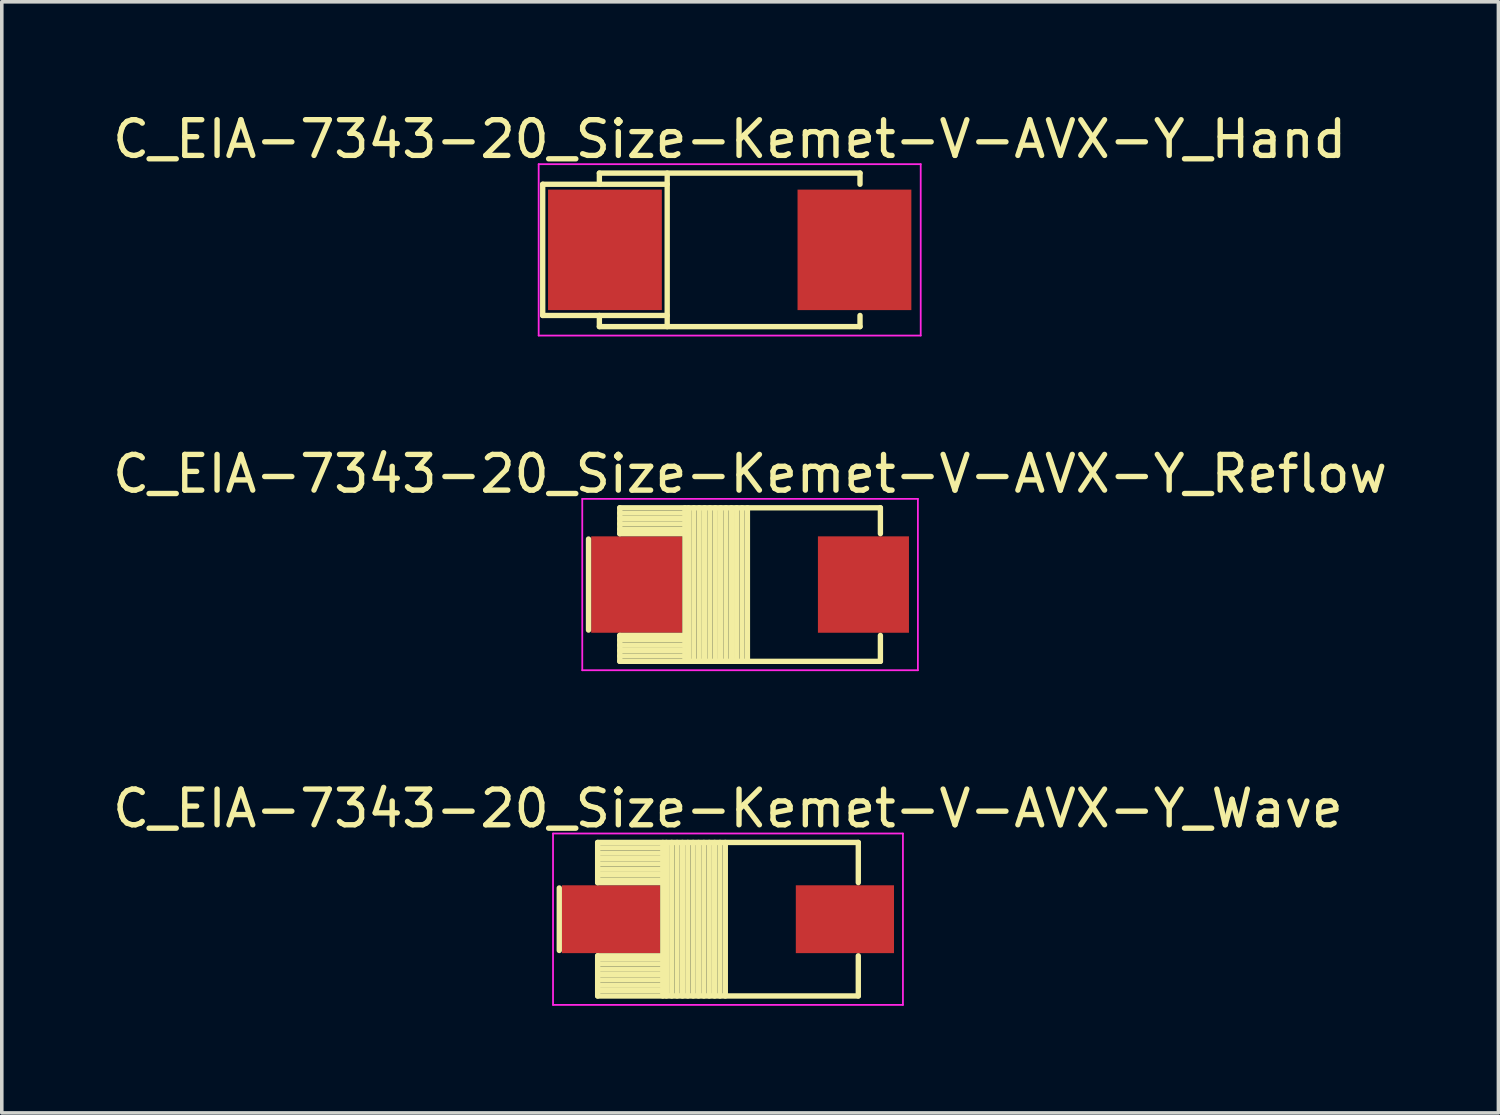
<source format=kicad_pcb>
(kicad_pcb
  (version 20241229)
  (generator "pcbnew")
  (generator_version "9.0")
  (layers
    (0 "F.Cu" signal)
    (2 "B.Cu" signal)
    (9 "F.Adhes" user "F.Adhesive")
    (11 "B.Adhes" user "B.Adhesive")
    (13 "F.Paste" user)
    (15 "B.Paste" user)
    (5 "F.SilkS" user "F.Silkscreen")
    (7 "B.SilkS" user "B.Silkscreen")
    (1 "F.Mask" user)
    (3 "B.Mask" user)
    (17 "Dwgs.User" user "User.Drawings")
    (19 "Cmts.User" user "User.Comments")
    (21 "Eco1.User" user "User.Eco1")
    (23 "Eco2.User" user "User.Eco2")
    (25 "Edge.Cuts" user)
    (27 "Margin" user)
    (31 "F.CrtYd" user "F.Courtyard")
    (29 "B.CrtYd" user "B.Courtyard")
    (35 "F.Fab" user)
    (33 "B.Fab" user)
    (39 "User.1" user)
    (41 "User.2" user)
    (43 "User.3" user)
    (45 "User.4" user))
  (footprint "C_EIA-7343-20_Size-Kemet-V-AVX-Y_Wave"
    (layer "F.Cu")
    (at 17.339 22.695)
    (property "Reference" "C_EIA-7343-20_Size-Kemet-V-AVX-Y_Wave" (at 0 -3.1 0) (layer "F.SilkS") (effects (font (size 1 1) (thickness 0.15))))
    (attr smd)
    (fp_line (start -4.725 0.875) (end -4.725 -0.875) (stroke (width 0.15) (type solid)) (layer "F.SilkS"))
    (fp_line (start -3.65 -2.15) (end -3.65 -1.025) (stroke (width 0.15) (type solid)) (layer "F.SilkS"))
    (fp_line (start -3.65 -2.15) (end 3.65 -2.15) (stroke (width 0.15) (type solid)) (layer "F.SilkS"))
    (fp_line (start -3.65 -2) (end -1.9 -2) (stroke (width 0.15) (type solid)) (layer "F.SilkS"))
    (fp_line (start -3.65 -1.85) (end -1.9 -1.85) (stroke (width 0.15) (type solid)) (layer "F.SilkS"))
    (fp_line (start -3.65 -1.7) (end -1.9 -1.7) (stroke (width 0.15) (type solid)) (layer "F.SilkS"))
    (fp_line (start -3.65 -1.55) (end -1.9 -1.55) (stroke (width 0.15) (type solid)) (layer "F.SilkS"))
    (fp_line (start -3.65 -1.4) (end -1.9 -1.4) (stroke (width 0.15) (type solid)) (layer "F.SilkS"))
    (fp_line (start -3.65 -1.25) (end -1.9 -1.25) (stroke (width 0.15) (type solid)) (layer "F.SilkS"))
    (fp_line (start -3.65 -1.1) (end -1.9 -1.1) (stroke (width 0.15) (type solid)) (layer "F.SilkS"))
    (fp_line (start -3.65 -1.025) (end -1.9 -1.025) (stroke (width 0.15) (type solid)) (layer "F.SilkS"))
    (fp_line (start -3.65 1.025) (end -3.65 2.15) (stroke (width 0.15) (type solid)) (layer "F.SilkS"))
    (fp_line (start -3.65 1.025) (end -1.9 1.025) (stroke (width 0.15) (type solid)) (layer "F.SilkS"))
    (fp_line (start -3.65 1.1) (end -1.9 1.1) (stroke (width 0.15) (type solid)) (layer "F.SilkS"))
    (fp_line (start -3.65 1.25) (end -1.9 1.25) (stroke (width 0.15) (type solid)) (layer "F.SilkS"))
    (fp_line (start -3.65 1.4) (end -1.9 1.4) (stroke (width 0.15) (type solid)) (layer "F.SilkS"))
    (fp_line (start -3.65 1.55) (end -1.9 1.55) (stroke (width 0.15) (type solid)) (layer "F.SilkS"))
    (fp_line (start -3.65 1.7) (end -1.9 1.7) (stroke (width 0.15) (type solid)) (layer "F.SilkS"))
    (fp_line (start -3.65 1.85) (end -1.9 1.85) (stroke (width 0.15) (type solid)) (layer "F.SilkS"))
    (fp_line (start -3.65 2) (end -1.9 2) (stroke (width 0.15) (type solid)) (layer "F.SilkS"))
    (fp_line (start -3.65 2.15) (end 3.65 2.15) (stroke (width 0.15) (type solid)) (layer "F.SilkS"))
    (fp_line (start -1.825 -2.15) (end -1.825 2.15) (stroke (width 0.15) (type solid)) (layer "F.SilkS"))
    (fp_line (start -1.725 -2.15) (end -1.725 2.15) (stroke (width 0.15) (type solid)) (layer "F.SilkS"))
    (fp_line (start -1.575 -2.15) (end -1.575 2.15) (stroke (width 0.15) (type solid)) (layer "F.SilkS"))
    (fp_line (start -1.425 -2.15) (end -1.425 2.15) (stroke (width 0.15) (type solid)) (layer "F.SilkS"))
    (fp_line (start -1.275 -2.15) (end -1.275 2.15) (stroke (width 0.15) (type solid)) (layer "F.SilkS"))
    (fp_line (start -1.125 -2.15) (end -1.125 2.15) (stroke (width 0.15) (type solid)) (layer "F.SilkS"))
    (fp_line (start -0.975 -2.15) (end -0.975 2.15) (stroke (width 0.15) (type solid)) (layer "F.SilkS"))
    (fp_line (start -0.825 -2.15) (end -0.825 2.15) (stroke (width 0.15) (type solid)) (layer "F.SilkS"))
    (fp_line (start -0.675 -2.15) (end -0.675 2.15) (stroke (width 0.15) (type solid)) (layer "F.SilkS"))
    (fp_line (start -0.525 -2.15) (end -0.525 2.15) (stroke (width 0.15) (type solid)) (layer "F.SilkS"))
    (fp_line (start -0.375 -2.15) (end -0.375 2.15) (stroke (width 0.15) (type solid)) (layer "F.SilkS"))
    (fp_line (start -0.225 -2.15) (end -0.225 2.15) (stroke (width 0.15) (type solid)) (layer "F.SilkS"))
    (fp_line (start -0.075 -2.15) (end -0.075 2.15) (stroke (width 0.15) (type solid)) (layer "F.SilkS"))
    (fp_line (start 3.65 -2.15) (end 3.65 -1.025) (stroke (width 0.15) (type solid)) (layer "F.SilkS"))
    (fp_line (start 3.65 1.025) (end 3.65 2.15) (stroke (width 0.15) (type solid)) (layer "F.SilkS"))
    (fp_line (start -4.9 -2.4) (end -4.9 2.4) (stroke (width 0.05) (type solid)) (layer "F.CrtYd"))
    (fp_line (start -4.9 -2.4) (end 4.9 -2.4) (stroke (width 0.05) (type solid)) (layer "F.CrtYd"))
    (fp_line (start -4.9 2.4) (end 4.9 2.4) (stroke (width 0.05) (type solid)) (layer "F.CrtYd"))
    (fp_line (start 4.9 -2.4) (end 4.9 2.4) (stroke (width 0.05) (type solid)) (layer "F.CrtYd"))
    (pad "1" smd rect (at -3.275 0) (size 2.75 1.9) (layers "F.Cu" "F.Mask" "F.Paste"))
    (pad "2" smd rect (at 3.275 0) (size 2.75 1.9) (layers "F.Cu" "F.Mask" "F.Paste")))
  (footprint "C_EIA-7343-20_Size-Kemet-V-AVX-Y_Reflow"
    (layer "F.Cu")
    (at 17.958 13.322)
    (property "Reference" "C_EIA-7343-20_Size-Kemet-V-AVX-Y_Reflow" (at 0 -3.1 0) (layer "F.SilkS") (effects (font (size 1 1) (thickness 0.15))))
    (attr smd)
    (fp_line (start -4.525 1.275) (end -4.525 -1.275) (stroke (width 0.15) (type solid)) (layer "F.SilkS"))
    (fp_line (start -3.65 -2.15) (end -3.65 -1.425) (stroke (width 0.15) (type solid)) (layer "F.SilkS"))
    (fp_line (start -3.65 -2.15) (end 3.65 -2.15) (stroke (width 0.15) (type solid)) (layer "F.SilkS"))
    (fp_line (start -3.65 -2) (end -1.9 -2) (stroke (width 0.15) (type solid)) (layer "F.SilkS"))
    (fp_line (start -3.65 -1.85) (end -1.9 -1.85) (stroke (width 0.15) (type solid)) (layer "F.SilkS"))
    (fp_line (start -3.65 -1.7) (end -1.9 -1.7) (stroke (width 0.15) (type solid)) (layer "F.SilkS"))
    (fp_line (start -3.65 -1.55) (end -1.9 -1.55) (stroke (width 0.15) (type solid)) (layer "F.SilkS"))
    (fp_line (start -3.65 -1.425) (end -1.9 -1.425) (stroke (width 0.15) (type solid)) (layer "F.SilkS"))
    (fp_line (start -3.65 1.425) (end -3.65 2.15) (stroke (width 0.15) (type solid)) (layer "F.SilkS"))
    (fp_line (start -3.65 1.425) (end -1.9 1.425) (stroke (width 0.15) (type solid)) (layer "F.SilkS"))
    (fp_line (start -3.65 1.55) (end -1.9 1.55) (stroke (width 0.15) (type solid)) (layer "F.SilkS"))
    (fp_line (start -3.65 1.7) (end -1.9 1.7) (stroke (width 0.15) (type solid)) (layer "F.SilkS"))
    (fp_line (start -3.65 1.85) (end -1.9 1.85) (stroke (width 0.15) (type solid)) (layer "F.SilkS"))
    (fp_line (start -3.65 2) (end -1.9 2) (stroke (width 0.15) (type solid)) (layer "F.SilkS"))
    (fp_line (start -3.65 2.15) (end 3.65 2.15) (stroke (width 0.15) (type solid)) (layer "F.SilkS"))
    (fp_line (start -1.825 -2.15) (end -1.825 2.15) (stroke (width 0.15) (type solid)) (layer "F.SilkS"))
    (fp_line (start -1.725 -2.15) (end -1.725 2.15) (stroke (width 0.15) (type solid)) (layer "F.SilkS"))
    (fp_line (start -1.575 -2.15) (end -1.575 2.15) (stroke (width 0.15) (type solid)) (layer "F.SilkS"))
    (fp_line (start -1.425 -2.15) (end -1.425 2.15) (stroke (width 0.15) (type solid)) (layer "F.SilkS"))
    (fp_line (start -1.275 -2.15) (end -1.275 2.15) (stroke (width 0.15) (type solid)) (layer "F.SilkS"))
    (fp_line (start -1.125 -2.15) (end -1.125 2.15) (stroke (width 0.15) (type solid)) (layer "F.SilkS"))
    (fp_line (start -0.975 -2.15) (end -0.975 2.15) (stroke (width 0.15) (type solid)) (layer "F.SilkS"))
    (fp_line (start -0.825 -2.15) (end -0.825 2.15) (stroke (width 0.15) (type solid)) (layer "F.SilkS"))
    (fp_line (start -0.675 -2.15) (end -0.675 2.15) (stroke (width 0.15) (type solid)) (layer "F.SilkS"))
    (fp_line (start -0.525 -2.15) (end -0.525 2.15) (stroke (width 0.15) (type solid)) (layer "F.SilkS"))
    (fp_line (start -0.375 -2.15) (end -0.375 2.15) (stroke (width 0.15) (type solid)) (layer "F.SilkS"))
    (fp_line (start -0.225 -2.15) (end -0.225 2.15) (stroke (width 0.15) (type solid)) (layer "F.SilkS"))
    (fp_line (start -0.075 -2.15) (end -0.075 2.15) (stroke (width 0.15) (type solid)) (layer "F.SilkS"))
    (fp_line (start 3.65 -2.15) (end 3.65 -1.425) (stroke (width 0.15) (type solid)) (layer "F.SilkS"))
    (fp_line (start 3.65 1.425) (end 3.65 2.15) (stroke (width 0.15) (type solid)) (layer "F.SilkS"))
    (fp_line (start -4.7 -2.4) (end -4.7 2.4) (stroke (width 0.05) (type solid)) (layer "F.CrtYd"))
    (fp_line (start -4.7 -2.4) (end 4.7 -2.4) (stroke (width 0.05) (type solid)) (layer "F.CrtYd"))
    (fp_line (start -4.7 2.4) (end 4.7 2.4) (stroke (width 0.05) (type solid)) (layer "F.CrtYd"))
    (fp_line (start 4.7 -2.4) (end 4.7 2.4) (stroke (width 0.05) (type solid)) (layer "F.CrtYd"))
    (pad "1" smd rect (at -3.175 0) (size 2.55 2.7) (layers "F.Cu" "F.Mask" "F.Paste"))
    (pad "2" smd rect (at 3.175 0) (size 2.55 2.7) (layers "F.Cu" "F.Mask" "F.Paste")))
  (footprint "C_EIA-7343-20_Size-Kemet-V-AVX-Y_Hand"
    (layer "F.Cu")
    (at 17.387 3.948)
    (property "Reference" "C_EIA-7343-20_Size-Kemet-V-AVX-Y_Hand" (at 0 -3.1 0) (layer "F.SilkS") (effects (font (size 1 1) (thickness 0.15))))
    (attr smd)
    (fp_line (start -5.237 -1.837) (end -1.75 -1.837) (stroke (width 0.15) (type solid)) (layer "F.SilkS"))
    (fp_line (start -5.237 1.837) (end -5.237 -1.837) (stroke (width 0.15) (type solid)) (layer "F.SilkS"))
    (fp_line (start -5.237 1.837) (end -1.75 1.837) (stroke (width 0.15) (type solid)) (layer "F.SilkS"))
    (fp_line (start -3.65 -2.15) (end -3.65 -1.837) (stroke (width 0.15) (type solid)) (layer "F.SilkS"))
    (fp_line (start -3.65 -2.15) (end 3.65 -2.15) (stroke (width 0.15) (type solid)) (layer "F.SilkS"))
    (fp_line (start -3.65 1.837) (end -3.65 2.15) (stroke (width 0.15) (type solid)) (layer "F.SilkS"))
    (fp_line (start -3.65 2.15) (end 3.65 2.15) (stroke (width 0.15) (type solid)) (layer "F.SilkS"))
    (fp_line (start -1.75 -2.15) (end -1.75 2.15) (stroke (width 0.15) (type solid)) (layer "F.SilkS"))
    (fp_line (start 3.65 -2.15) (end 3.65 -1.837) (stroke (width 0.15) (type solid)) (layer "F.SilkS"))
    (fp_line (start 3.65 1.837) (end 3.65 2.15) (stroke (width 0.15) (type solid)) (layer "F.SilkS"))
    (fp_line (start -5.35 -2.4) (end -5.35 2.4) (stroke (width 0.05) (type solid)) (layer "F.CrtYd"))
    (fp_line (start -5.35 -2.4) (end 5.35 -2.4) (stroke (width 0.05) (type solid)) (layer "F.CrtYd"))
    (fp_line (start -5.35 2.4) (end 5.35 2.4) (stroke (width 0.05) (type solid)) (layer "F.CrtYd"))
    (fp_line (start 5.35 -2.4) (end 5.35 2.4) (stroke (width 0.05) (type solid)) (layer "F.CrtYd"))
    (pad "1" smd rect (at -3.494 0) (size 3.188 3.375) (layers "F.Cu" "F.Mask" "F.Paste"))
    (pad "2" smd rect (at 3.494 0) (size 3.188 3.375) (layers "F.Cu" "F.Mask" "F.Paste")))
  (gr_rect
    (start -3 -3)
    (end 38.917 28.12)
    (stroke (width 0.1) (type default))
    (fill no)
    (layer "Edge.Cuts")))
</source>
